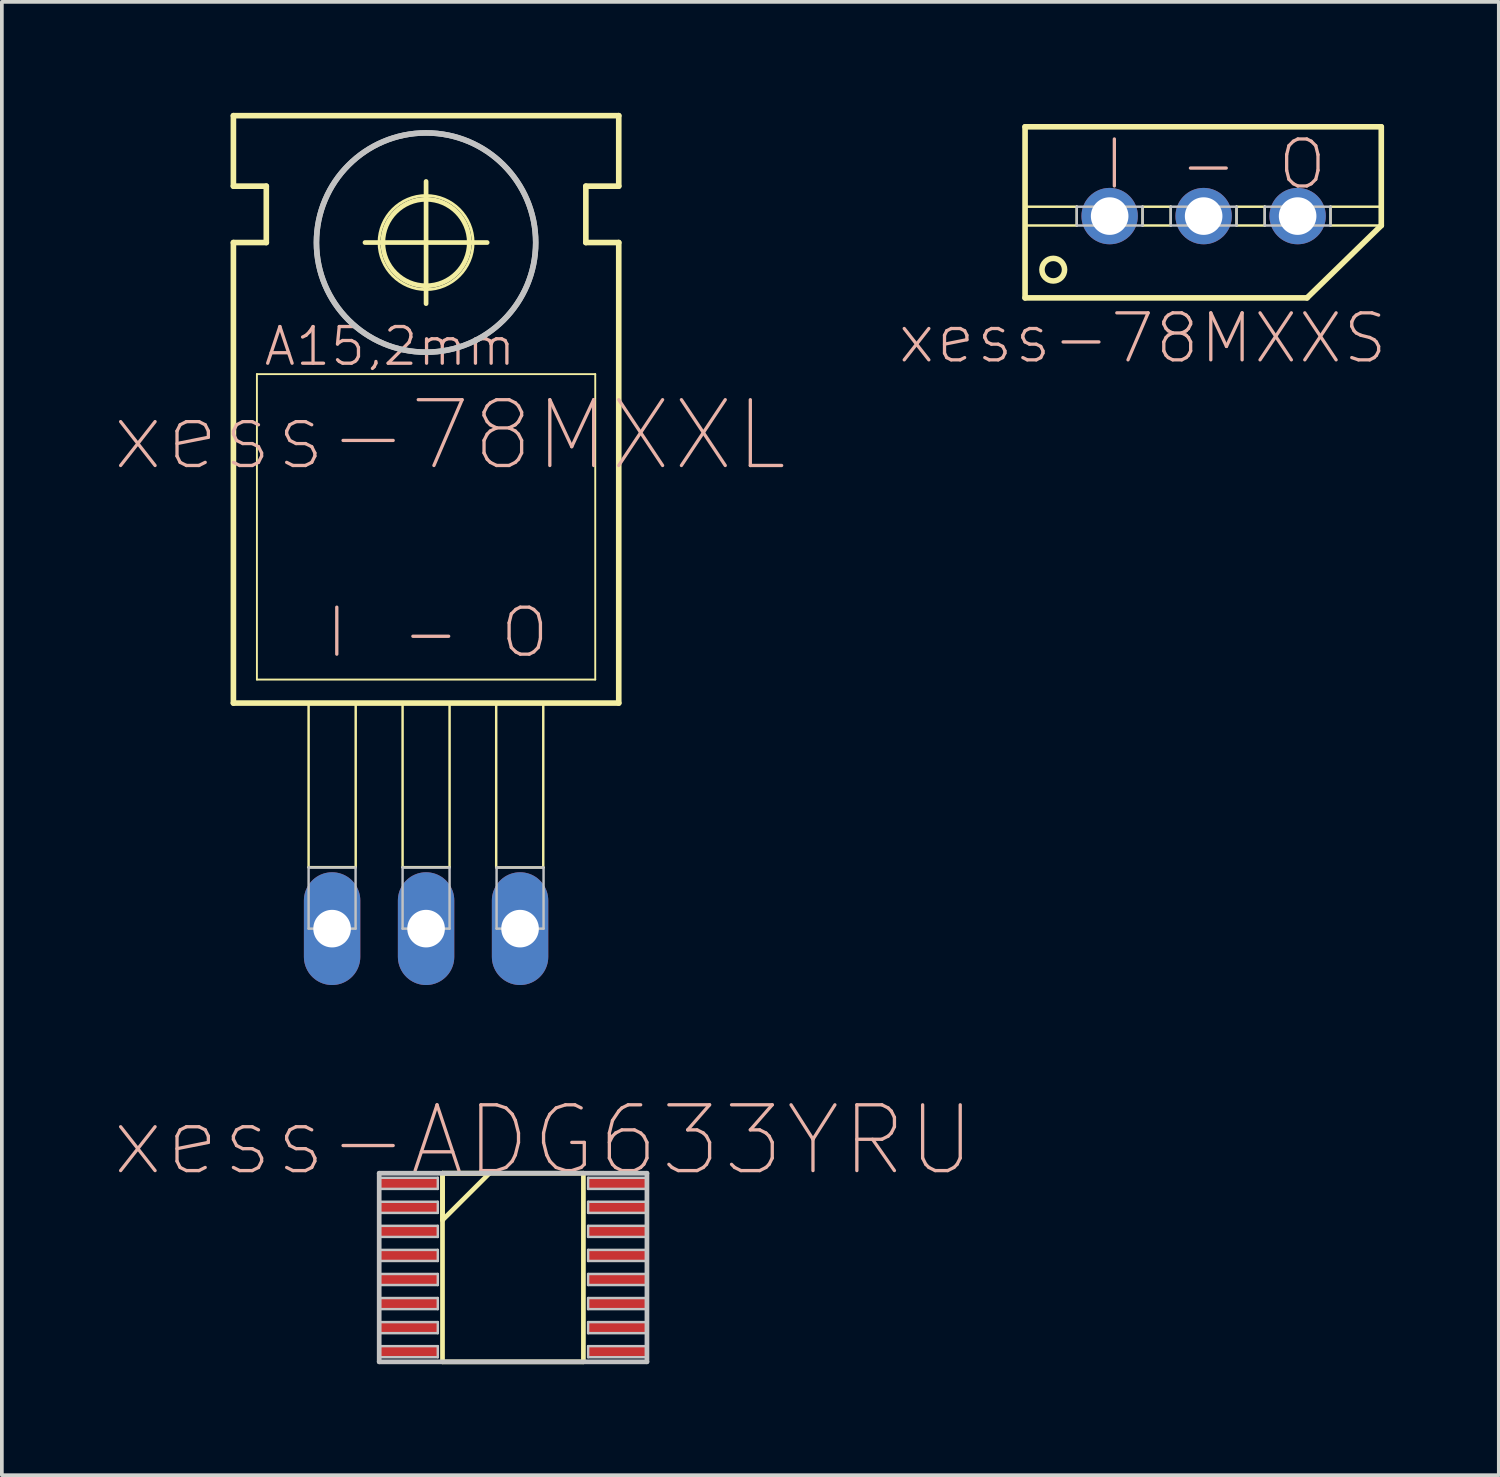
<source format=kicad_pcb>
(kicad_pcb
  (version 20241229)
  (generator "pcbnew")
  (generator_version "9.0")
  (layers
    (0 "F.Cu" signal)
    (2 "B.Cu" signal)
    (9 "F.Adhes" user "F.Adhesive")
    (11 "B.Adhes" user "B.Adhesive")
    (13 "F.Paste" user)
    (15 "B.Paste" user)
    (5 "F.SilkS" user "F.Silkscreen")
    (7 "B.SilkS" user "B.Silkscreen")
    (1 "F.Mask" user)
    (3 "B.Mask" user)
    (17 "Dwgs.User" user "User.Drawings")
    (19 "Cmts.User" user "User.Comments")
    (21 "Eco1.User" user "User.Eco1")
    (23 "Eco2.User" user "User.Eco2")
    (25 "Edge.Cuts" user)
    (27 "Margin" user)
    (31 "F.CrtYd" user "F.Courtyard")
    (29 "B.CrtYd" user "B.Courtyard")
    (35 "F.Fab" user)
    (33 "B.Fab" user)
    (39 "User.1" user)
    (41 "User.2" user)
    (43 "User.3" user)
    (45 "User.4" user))
  (footprint "xess-ADG633YRU"
    (layer "F.Cu")
    (at 7.99 28.931)
    (property "Reference" "xess-ADG633YRU" (at 3.65 -1.163 0) (layer "B.SilkS") (effects (font (size 1.778 1.778) (thickness 0.089))))
    (attr smd)
    (fp_line (start 0.919 -0.274) (end 0.919 0.993) (stroke (width 0.127) (type solid)) (layer "F.SilkS"))
    (fp_line (start 0.919 -0.274) (end 0.919 4.823) (stroke (width 0.127) (type solid)) (layer "F.SilkS"))
    (fp_line (start 0.919 0.993) (end 2.189 -0.274) (stroke (width 0.127) (type solid)) (layer "F.SilkS"))
    (fp_line (start 0.919 4.823) (end 4.727 4.823) (stroke (width 0.127) (type solid)) (layer "F.SilkS"))
    (fp_line (start 2.189 -0.274) (end 0.919 -0.274) (stroke (width 0.127) (type solid)) (layer "F.SilkS"))
    (fp_line (start 4.727 -0.274) (end 0.919 -0.274) (stroke (width 0.127) (type solid)) (layer "F.SilkS"))
    (fp_line (start 4.727 4.823) (end 4.727 -0.274) (stroke (width 0.127) (type solid)) (layer "F.SilkS"))
    (fp_line (start -0.792 -0.274) (end -0.792 4.823) (stroke (width 0.127) (type solid)) (layer "Dwgs.User"))
    (fp_line (start -0.792 -0.15) (end 0.792 -0.15) (stroke (width 0.066) (type solid)) (layer "Dwgs.User"))
    (fp_line (start -0.792 0.15) (end -0.792 -0.15) (stroke (width 0.066) (type solid)) (layer "Dwgs.User"))
    (fp_line (start -0.792 0.15) (end 0.792 0.15) (stroke (width 0.066) (type solid)) (layer "Dwgs.User"))
    (fp_line (start -0.792 0.498) (end 0.792 0.498) (stroke (width 0.066) (type solid)) (layer "Dwgs.User"))
    (fp_line (start -0.792 0.798) (end -0.792 0.498) (stroke (width 0.066) (type solid)) (layer "Dwgs.User"))
    (fp_line (start -0.792 0.798) (end 0.792 0.798) (stroke (width 0.066) (type solid)) (layer "Dwgs.User"))
    (fp_line (start -0.792 1.148) (end 0.792 1.148) (stroke (width 0.066) (type solid)) (layer "Dwgs.User"))
    (fp_line (start -0.792 1.448) (end -0.792 1.148) (stroke (width 0.066) (type solid)) (layer "Dwgs.User"))
    (fp_line (start -0.792 1.448) (end 0.792 1.448) (stroke (width 0.066) (type solid)) (layer "Dwgs.User"))
    (fp_line (start -0.792 1.798) (end 0.792 1.798) (stroke (width 0.066) (type solid)) (layer "Dwgs.User"))
    (fp_line (start -0.792 2.098) (end -0.792 1.798) (stroke (width 0.066) (type solid)) (layer "Dwgs.User"))
    (fp_line (start -0.792 2.098) (end 0.792 2.098) (stroke (width 0.066) (type solid)) (layer "Dwgs.User"))
    (fp_line (start -0.792 2.449) (end 0.792 2.449) (stroke (width 0.066) (type solid)) (layer "Dwgs.User"))
    (fp_line (start -0.792 2.748) (end -0.792 2.449) (stroke (width 0.066) (type solid)) (layer "Dwgs.User"))
    (fp_line (start -0.792 2.748) (end 0.792 2.748) (stroke (width 0.066) (type solid)) (layer "Dwgs.User"))
    (fp_line (start -0.792 3.099) (end 0.792 3.099) (stroke (width 0.066) (type solid)) (layer "Dwgs.User"))
    (fp_line (start -0.792 3.399) (end -0.792 3.099) (stroke (width 0.066) (type solid)) (layer "Dwgs.User"))
    (fp_line (start -0.792 3.399) (end 0.792 3.399) (stroke (width 0.066) (type solid)) (layer "Dwgs.User"))
    (fp_line (start -0.792 3.749) (end 0.792 3.749) (stroke (width 0.066) (type solid)) (layer "Dwgs.User"))
    (fp_line (start -0.792 4.049) (end -0.792 3.749) (stroke (width 0.066) (type solid)) (layer "Dwgs.User"))
    (fp_line (start -0.792 4.049) (end 0.792 4.049) (stroke (width 0.066) (type solid)) (layer "Dwgs.User"))
    (fp_line (start -0.792 4.399) (end 0.792 4.399) (stroke (width 0.066) (type solid)) (layer "Dwgs.User"))
    (fp_line (start -0.792 4.699) (end -0.792 4.399) (stroke (width 0.066) (type solid)) (layer "Dwgs.User"))
    (fp_line (start -0.792 4.699) (end 0.792 4.699) (stroke (width 0.066) (type solid)) (layer "Dwgs.User"))
    (fp_line (start -0.792 4.823) (end 6.444 4.823) (stroke (width 0.127) (type solid)) (layer "Dwgs.User"))
    (fp_line (start 0.792 0.15) (end 0.792 -0.15) (stroke (width 0.066) (type solid)) (layer "Dwgs.User"))
    (fp_line (start 0.792 0.798) (end 0.792 0.498) (stroke (width 0.066) (type solid)) (layer "Dwgs.User"))
    (fp_line (start 0.792 1.448) (end 0.792 1.148) (stroke (width 0.066) (type solid)) (layer "Dwgs.User"))
    (fp_line (start 0.792 2.098) (end 0.792 1.798) (stroke (width 0.066) (type solid)) (layer "Dwgs.User"))
    (fp_line (start 0.792 2.748) (end 0.792 2.449) (stroke (width 0.066) (type solid)) (layer "Dwgs.User"))
    (fp_line (start 0.792 3.399) (end 0.792 3.099) (stroke (width 0.066) (type solid)) (layer "Dwgs.User"))
    (fp_line (start 0.792 4.049) (end 0.792 3.749) (stroke (width 0.066) (type solid)) (layer "Dwgs.User"))
    (fp_line (start 0.792 4.699) (end 0.792 4.399) (stroke (width 0.066) (type solid)) (layer "Dwgs.User"))
    (fp_line (start 4.854 -0.15) (end 6.444 -0.15) (stroke (width 0.066) (type solid)) (layer "Dwgs.User"))
    (fp_line (start 4.854 0.15) (end 4.854 -0.15) (stroke (width 0.066) (type solid)) (layer "Dwgs.User"))
    (fp_line (start 4.854 0.15) (end 6.444 0.15) (stroke (width 0.066) (type solid)) (layer "Dwgs.User"))
    (fp_line (start 4.854 0.498) (end 6.444 0.498) (stroke (width 0.066) (type solid)) (layer "Dwgs.User"))
    (fp_line (start 4.854 0.798) (end 4.854 0.498) (stroke (width 0.066) (type solid)) (layer "Dwgs.User"))
    (fp_line (start 4.854 0.798) (end 6.444 0.798) (stroke (width 0.066) (type solid)) (layer "Dwgs.User"))
    (fp_line (start 4.854 1.148) (end 6.444 1.148) (stroke (width 0.066) (type solid)) (layer "Dwgs.User"))
    (fp_line (start 4.854 1.448) (end 4.854 1.148) (stroke (width 0.066) (type solid)) (layer "Dwgs.User"))
    (fp_line (start 4.854 1.448) (end 6.444 1.448) (stroke (width 0.066) (type solid)) (layer "Dwgs.User"))
    (fp_line (start 4.854 1.798) (end 6.444 1.798) (stroke (width 0.066) (type solid)) (layer "Dwgs.User"))
    (fp_line (start 4.854 2.098) (end 4.854 1.798) (stroke (width 0.066) (type solid)) (layer "Dwgs.User"))
    (fp_line (start 4.854 2.098) (end 6.444 2.098) (stroke (width 0.066) (type solid)) (layer "Dwgs.User"))
    (fp_line (start 4.854 2.449) (end 6.444 2.449) (stroke (width 0.066) (type solid)) (layer "Dwgs.User"))
    (fp_line (start 4.854 2.748) (end 4.854 2.449) (stroke (width 0.066) (type solid)) (layer "Dwgs.User"))
    (fp_line (start 4.854 2.748) (end 6.444 2.748) (stroke (width 0.066) (type solid)) (layer "Dwgs.User"))
    (fp_line (start 4.854 3.099) (end 6.444 3.099) (stroke (width 0.066) (type solid)) (layer "Dwgs.User"))
    (fp_line (start 4.854 3.399) (end 4.854 3.099) (stroke (width 0.066) (type solid)) (layer "Dwgs.User"))
    (fp_line (start 4.854 3.399) (end 6.444 3.399) (stroke (width 0.066) (type solid)) (layer "Dwgs.User"))
    (fp_line (start 4.854 3.749) (end 6.444 3.749) (stroke (width 0.066) (type solid)) (layer "Dwgs.User"))
    (fp_line (start 4.854 4.049) (end 4.854 3.749) (stroke (width 0.066) (type solid)) (layer "Dwgs.User"))
    (fp_line (start 4.854 4.049) (end 6.444 4.049) (stroke (width 0.066) (type solid)) (layer "Dwgs.User"))
    (fp_line (start 4.854 4.399) (end 6.444 4.399) (stroke (width 0.066) (type solid)) (layer "Dwgs.User"))
    (fp_line (start 4.854 4.699) (end 4.854 4.399) (stroke (width 0.066) (type solid)) (layer "Dwgs.User"))
    (fp_line (start 4.854 4.699) (end 6.444 4.699) (stroke (width 0.066) (type solid)) (layer "Dwgs.User"))
    (fp_line (start 6.444 -0.274) (end -0.792 -0.274) (stroke (width 0.127) (type solid)) (layer "Dwgs.User"))
    (fp_line (start 6.444 0.15) (end 6.444 -0.15) (stroke (width 0.066) (type solid)) (layer "Dwgs.User"))
    (fp_line (start 6.444 0.798) (end 6.444 0.498) (stroke (width 0.066) (type solid)) (layer "Dwgs.User"))
    (fp_line (start 6.444 1.448) (end 6.444 1.148) (stroke (width 0.066) (type solid)) (layer "Dwgs.User"))
    (fp_line (start 6.444 2.098) (end 6.444 1.798) (stroke (width 0.066) (type solid)) (layer "Dwgs.User"))
    (fp_line (start 6.444 2.748) (end 6.444 2.449) (stroke (width 0.066) (type solid)) (layer "Dwgs.User"))
    (fp_line (start 6.444 3.399) (end 6.444 3.099) (stroke (width 0.066) (type solid)) (layer "Dwgs.User"))
    (fp_line (start 6.444 4.049) (end 6.444 3.749) (stroke (width 0.066) (type solid)) (layer "Dwgs.User"))
    (fp_line (start 6.444 4.699) (end 6.444 4.399) (stroke (width 0.066) (type solid)) (layer "Dwgs.User"))
    (fp_line (start 6.444 4.823) (end 6.444 -0.274) (stroke (width 0.127) (type solid)) (layer "Dwgs.User"))
    (pad "1" smd rect (at 0 0) (size 1.587 0.3) (layers "F.Cu" "F.Mask" "F.Paste"))
    (pad "2" smd rect (at 0 0.648) (size 1.587 0.3) (layers "F.Cu" "F.Mask" "F.Paste"))
    (pad "3" smd rect (at 0 1.298) (size 1.587 0.3) (layers "F.Cu" "F.Mask" "F.Paste"))
    (pad "4" smd rect (at 0 1.948) (size 1.587 0.3) (layers "F.Cu" "F.Mask" "F.Paste"))
    (pad "5" smd rect (at 0 2.598) (size 1.587 0.3) (layers "F.Cu" "F.Mask" "F.Paste"))
    (pad "6" smd rect (at 0 3.249) (size 1.587 0.3) (layers "F.Cu" "F.Mask" "F.Paste"))
    (pad "7" smd rect (at 0 3.899) (size 1.587 0.3) (layers "F.Cu" "F.Mask" "F.Paste"))
    (pad "8" smd rect (at 0 4.549) (size 1.587 0.3) (layers "F.Cu" "F.Mask" "F.Paste"))
    (pad "9" smd rect (at 5.649 4.549) (size 1.587 0.3) (layers "F.Cu" "F.Mask" "F.Paste"))
    (pad "10" smd rect (at 5.649 3.899) (size 1.587 0.3) (layers "F.Cu" "F.Mask" "F.Paste"))
    (pad "11" smd rect (at 5.649 3.249) (size 1.587 0.3) (layers "F.Cu" "F.Mask" "F.Paste"))
    (pad "12" smd rect (at 5.649 2.598) (size 1.587 0.3) (layers "F.Cu" "F.Mask" "F.Paste"))
    (pad "13" smd rect (at 5.649 1.948) (size 1.587 0.3) (layers "F.Cu" "F.Mask" "F.Paste"))
    (pad "14" smd rect (at 5.649 1.298) (size 1.587 0.3) (layers "F.Cu" "F.Mask" "F.Paste"))
    (pad "15" smd rect (at 5.649 0.648) (size 1.587 0.3) (layers "F.Cu" "F.Mask" "F.Paste"))
    (pad "16" smd rect (at 5.649 0) (size 1.587 0.3) (layers "F.Cu" "F.Mask" "F.Paste")))
  (footprint "xess-78MXXS"
    (layer "F.Cu")
    (at 29.479 0.25)
    (property "Reference" "xess-78MXXS" (at -1.651 5.842 0) (layer "B.SilkS") (effects (font (size 1.27 1.27) (thickness 0.089))))
    (attr exclude_from_pos_files exclude_from_bom)
    (fp_line (start -4.826 0.127) (end 4.801 0.127) (stroke (width 0.152) (type solid)) (layer "F.SilkS"))
    (fp_line (start -4.826 2.286) (end -3.429 2.286) (stroke (width 0.066) (type solid)) (layer "F.SilkS"))
    (fp_line (start -4.826 2.794) (end -4.826 2.286) (stroke (width 0.066) (type solid)) (layer "F.SilkS"))
    (fp_line (start -4.826 2.794) (end -3.429 2.794) (stroke (width 0.066) (type solid)) (layer "F.SilkS"))
    (fp_line (start -4.826 4.75) (end -4.826 0.127) (stroke (width 0.152) (type solid)) (layer "F.SilkS"))
    (fp_line (start -4.826 4.75) (end 2.794 4.75) (stroke (width 0.152) (type solid)) (layer "F.SilkS"))
    (fp_line (start -3.429 2.794) (end -3.429 2.286) (stroke (width 0.066) (type solid)) (layer "F.SilkS"))
    (fp_line (start -1.651 2.286) (end -0.889 2.286) (stroke (width 0.066) (type solid)) (layer "F.SilkS"))
    (fp_line (start -1.651 2.794) (end -1.651 2.286) (stroke (width 0.066) (type solid)) (layer "F.SilkS"))
    (fp_line (start -1.651 2.794) (end -0.889 2.794) (stroke (width 0.066) (type solid)) (layer "F.SilkS"))
    (fp_line (start -0.889 2.794) (end -0.889 2.286) (stroke (width 0.066) (type solid)) (layer "F.SilkS"))
    (fp_line (start 0.889 2.286) (end 1.651 2.286) (stroke (width 0.066) (type solid)) (layer "F.SilkS"))
    (fp_line (start 0.889 2.794) (end 0.889 2.286) (stroke (width 0.066) (type solid)) (layer "F.SilkS"))
    (fp_line (start 0.889 2.794) (end 1.651 2.794) (stroke (width 0.066) (type solid)) (layer "F.SilkS"))
    (fp_line (start 1.651 2.794) (end 1.651 2.286) (stroke (width 0.066) (type solid)) (layer "F.SilkS"))
    (fp_line (start 2.794 4.75) (end 4.801 2.794) (stroke (width 0.152) (type solid)) (layer "F.SilkS"))
    (fp_line (start 3.429 2.286) (end 4.826 2.286) (stroke (width 0.066) (type solid)) (layer "F.SilkS"))
    (fp_line (start 3.429 2.794) (end 3.429 2.286) (stroke (width 0.066) (type solid)) (layer "F.SilkS"))
    (fp_line (start 3.429 2.794) (end 4.826 2.794) (stroke (width 0.066) (type solid)) (layer "F.SilkS"))
    (fp_line (start 4.801 0.127) (end 4.801 2.794) (stroke (width 0.152) (type solid)) (layer "F.SilkS"))
    (fp_line (start 4.826 2.794) (end 4.826 2.286) (stroke (width 0.066) (type solid)) (layer "F.SilkS"))
    (fp_circle (center -4.064 3.988) (end -4.28 4.204) (stroke (width 0.15) (type solid)) (fill no) (layer "F.SilkS"))
    (fp_line (start -3.429 2.286) (end -1.651 2.286) (stroke (width 0.066) (type solid)) (layer "Dwgs.User"))
    (fp_line (start -3.429 2.794) (end -3.429 2.286) (stroke (width 0.066) (type solid)) (layer "Dwgs.User"))
    (fp_line (start -3.429 2.794) (end -1.651 2.794) (stroke (width 0.066) (type solid)) (layer "Dwgs.User"))
    (fp_line (start -1.651 2.794) (end -1.651 2.286) (stroke (width 0.066) (type solid)) (layer "Dwgs.User"))
    (fp_line (start -0.889 2.286) (end 0.889 2.286) (stroke (width 0.066) (type solid)) (layer "Dwgs.User"))
    (fp_line (start -0.889 2.794) (end -0.889 2.286) (stroke (width 0.066) (type solid)) (layer "Dwgs.User"))
    (fp_line (start -0.889 2.794) (end 0.889 2.794) (stroke (width 0.066) (type solid)) (layer "Dwgs.User"))
    (fp_line (start 0.889 2.794) (end 0.889 2.286) (stroke (width 0.066) (type solid)) (layer "Dwgs.User"))
    (fp_line (start 1.651 2.286) (end 3.429 2.286) (stroke (width 0.066) (type solid)) (layer "Dwgs.User"))
    (fp_line (start 1.651 2.794) (end 1.651 2.286) (stroke (width 0.066) (type solid)) (layer "Dwgs.User"))
    (fp_line (start 1.651 2.794) (end 3.429 2.794) (stroke (width 0.066) (type solid)) (layer "Dwgs.User"))
    (fp_line (start 3.429 2.794) (end 3.429 2.286) (stroke (width 0.066) (type solid)) (layer "Dwgs.User"))
    (fp_text user "I" (at -2.413 1.143 0) (layer "B.SilkS") (effects (font (size 1.27 1.27) (thickness 0.089))))
    (fp_text user "-" (at 0.127 1.143 0) (layer "B.SilkS") (effects (font (size 1.27 1.27) (thickness 0.089))))
    (fp_text user "O" (at 2.667 1.143 0) (layer "B.SilkS") (effects (font (size 1.27 1.27) (thickness 0.089))))
    (pad "GND" thru_hole circle (at 0 2.54) (size 1.524 1.524) (drill 1.016) (layers "*.Cu" "*.Mask"))
    (pad "IN" thru_hole circle (at -2.54 2.54) (size 1.524 1.524) (drill 1.016) (layers "*.Cu" "*.Mask"))
    (pad "OUT" thru_hole circle (at 2.54 2.54) (size 1.524 1.524) (drill 1.016) (layers "*.Cu" "*.Mask")))
  (footprint "xess-78MXXL"
    (layer "F.Cu")
    (at 8.465 14.681)
    (property "Reference" "xess-78MXXL" (at 0.635 -5.969 0) (layer "B.SilkS") (effects (font (size 1.778 1.778) (thickness 0.089))))
    (attr exclude_from_pos_files exclude_from_bom)
    (fp_line (start -5.207 -12.7) (end -5.207 -14.605) (stroke (width 0.152) (type solid)) (layer "F.SilkS"))
    (fp_line (start -5.207 -11.176) (end -4.318 -11.176) (stroke (width 0.152) (type solid)) (layer "F.SilkS"))
    (fp_line (start -5.207 1.27) (end -5.207 -11.176) (stroke (width 0.152) (type solid)) (layer "F.SilkS"))
    (fp_line (start -5.207 1.27) (end 5.207 1.27) (stroke (width 0.152) (type solid)) (layer "F.SilkS"))
    (fp_line (start -4.572 0.635) (end -4.572 -7.62) (stroke (width 0.051) (type solid)) (layer "F.SilkS"))
    (fp_line (start -4.572 0.635) (end 4.572 0.635) (stroke (width 0.051) (type solid)) (layer "F.SilkS"))
    (fp_line (start -4.318 -12.7) (end -5.207 -12.7) (stroke (width 0.152) (type solid)) (layer "F.SilkS"))
    (fp_line (start -4.318 -11.176) (end -4.318 -12.7) (stroke (width 0.152) (type solid)) (layer "F.SilkS"))
    (fp_line (start -3.175 1.27) (end -1.902 1.27) (stroke (width 0.066) (type solid)) (layer "F.SilkS"))
    (fp_line (start -3.175 5.705) (end -3.175 1.27) (stroke (width 0.066) (type solid)) (layer "F.SilkS"))
    (fp_line (start -3.175 5.705) (end -1.902 5.705) (stroke (width 0.066) (type solid)) (layer "F.SilkS"))
    (fp_line (start -1.902 5.705) (end -1.902 1.27) (stroke (width 0.066) (type solid)) (layer "F.SilkS"))
    (fp_line (start -1.651 -11.176) (end 1.651 -11.176) (stroke (width 0.127) (type solid)) (layer "F.SilkS"))
    (fp_line (start -0.635 1.27) (end 0.635 1.27) (stroke (width 0.066) (type solid)) (layer "F.SilkS"))
    (fp_line (start -0.635 5.705) (end -0.635 1.27) (stroke (width 0.066) (type solid)) (layer "F.SilkS"))
    (fp_line (start -0.635 5.705) (end 0.635 5.705) (stroke (width 0.066) (type solid)) (layer "F.SilkS"))
    (fp_line (start 0 -9.525) (end 0 -12.827) (stroke (width 0.127) (type solid)) (layer "F.SilkS"))
    (fp_line (start 0.635 5.705) (end 0.635 1.27) (stroke (width 0.066) (type solid)) (layer "F.SilkS"))
    (fp_line (start 1.895 1.278) (end 3.167 1.278) (stroke (width 0.066) (type solid)) (layer "F.SilkS"))
    (fp_line (start 1.895 5.712) (end 1.895 1.278) (stroke (width 0.066) (type solid)) (layer "F.SilkS"))
    (fp_line (start 1.895 5.712) (end 3.167 5.712) (stroke (width 0.066) (type solid)) (layer "F.SilkS"))
    (fp_line (start 3.167 5.712) (end 3.167 1.278) (stroke (width 0.066) (type solid)) (layer "F.SilkS"))
    (fp_line (start 4.318 -12.7) (end 5.207 -12.7) (stroke (width 0.152) (type solid)) (layer "F.SilkS"))
    (fp_line (start 4.318 -11.176) (end 4.318 -12.7) (stroke (width 0.152) (type solid)) (layer "F.SilkS"))
    (fp_line (start 4.572 -7.62) (end -4.572 -7.62) (stroke (width 0.051) (type solid)) (layer "F.SilkS"))
    (fp_line (start 4.572 -7.62) (end 4.572 0.635) (stroke (width 0.051) (type solid)) (layer "F.SilkS"))
    (fp_line (start 5.207 -14.605) (end -5.207 -14.605) (stroke (width 0.152) (type solid)) (layer "F.SilkS"))
    (fp_line (start 5.207 -12.7) (end 5.207 -14.605) (stroke (width 0.152) (type solid)) (layer "F.SilkS"))
    (fp_line (start 5.207 -11.176) (end 4.318 -11.176) (stroke (width 0.152) (type solid)) (layer "F.SilkS"))
    (fp_line (start 5.207 1.27) (end 5.207 -11.176) (stroke (width 0.152) (type solid)) (layer "F.SilkS"))
    (fp_circle (center 0 -11.176) (end -0.899 -12.075) (stroke (width 0.076) (type solid)) (fill no) (layer "F.SilkS"))
    (fp_circle (center 0 -11.176) (end -0.826 -12.002) (stroke (width 0.127) (type solid)) (fill no) (layer "F.SilkS"))
    (fp_line (start -3.175 5.715) (end -1.905 5.715) (stroke (width 0.066) (type solid)) (layer "Dwgs.User"))
    (fp_line (start -3.175 7.366) (end -3.175 5.715) (stroke (width 0.066) (type solid)) (layer "Dwgs.User"))
    (fp_line (start -3.175 7.366) (end -1.905 7.366) (stroke (width 0.066) (type solid)) (layer "Dwgs.User"))
    (fp_line (start -1.905 7.366) (end -1.905 5.715) (stroke (width 0.066) (type solid)) (layer "Dwgs.User"))
    (fp_line (start -0.635 5.715) (end 0.635 5.715) (stroke (width 0.066) (type solid)) (layer "Dwgs.User"))
    (fp_line (start -0.635 7.366) (end -0.635 5.715) (stroke (width 0.066) (type solid)) (layer "Dwgs.User"))
    (fp_line (start -0.635 7.366) (end 0.635 7.366) (stroke (width 0.066) (type solid)) (layer "Dwgs.User"))
    (fp_line (start 0.635 7.366) (end 0.635 5.715) (stroke (width 0.066) (type solid)) (layer "Dwgs.User"))
    (fp_line (start 1.905 5.715) (end 3.175 5.715) (stroke (width 0.066) (type solid)) (layer "Dwgs.User"))
    (fp_line (start 1.905 7.366) (end 1.905 5.715) (stroke (width 0.066) (type solid)) (layer "Dwgs.User"))
    (fp_line (start 1.905 7.366) (end 3.175 7.366) (stroke (width 0.066) (type solid)) (layer "Dwgs.User"))
    (fp_line (start 3.175 7.366) (end 3.175 5.715) (stroke (width 0.066) (type solid)) (layer "Dwgs.User"))
    (fp_circle (center 0 -11.176) (end -2.095 -13.271) (stroke (width 0.15) (type solid)) (fill no) (layer "Dwgs.User"))
    (fp_circle (center 0 -11.176) (end -2.095 -13.271) (stroke (width 0.15) (type solid)) (fill no) (layer "Dwgs.User"))
    (fp_text user "-" (at 0.127 -0.635 0) (layer "B.SilkS") (effects (font (size 1.27 1.27) (thickness 0.089))))
    (fp_text user "I" (at -2.413 -0.635 0) (layer "B.SilkS") (effects (font (size 1.27 1.27) (thickness 0.089))))
    (fp_text user "A15,2mm" (at -0.978 -8.369 0) (layer "B.SilkS") (effects (font (size 0.991 0.991) (thickness 0.089))))
    (fp_text user "O" (at 2.667 -0.635 0) (layer "B.SilkS") (effects (font (size 1.27 1.27) (thickness 0.089))))
    (pad "GND" thru_hole oval (at 0 7.366) (size 1.524 3.048) (drill 1.016) (layers "*.Cu" "*.Mask"))
    (pad "IN" thru_hole oval (at -2.54 7.366) (size 1.524 3.048) (drill 1.016) (layers "*.Cu" "*.Mask"))
    (pad "OUT" thru_hole oval (at 2.54 7.366) (size 1.524 3.048) (drill 1.016) (layers "*.Cu" "*.Mask")))
  (gr_rect
    (start -3 -3)
    (end 37.456 36.818)
    (stroke (width 0.1) (type default))
    (fill no)
    (layer "Edge.Cuts")))
</source>
